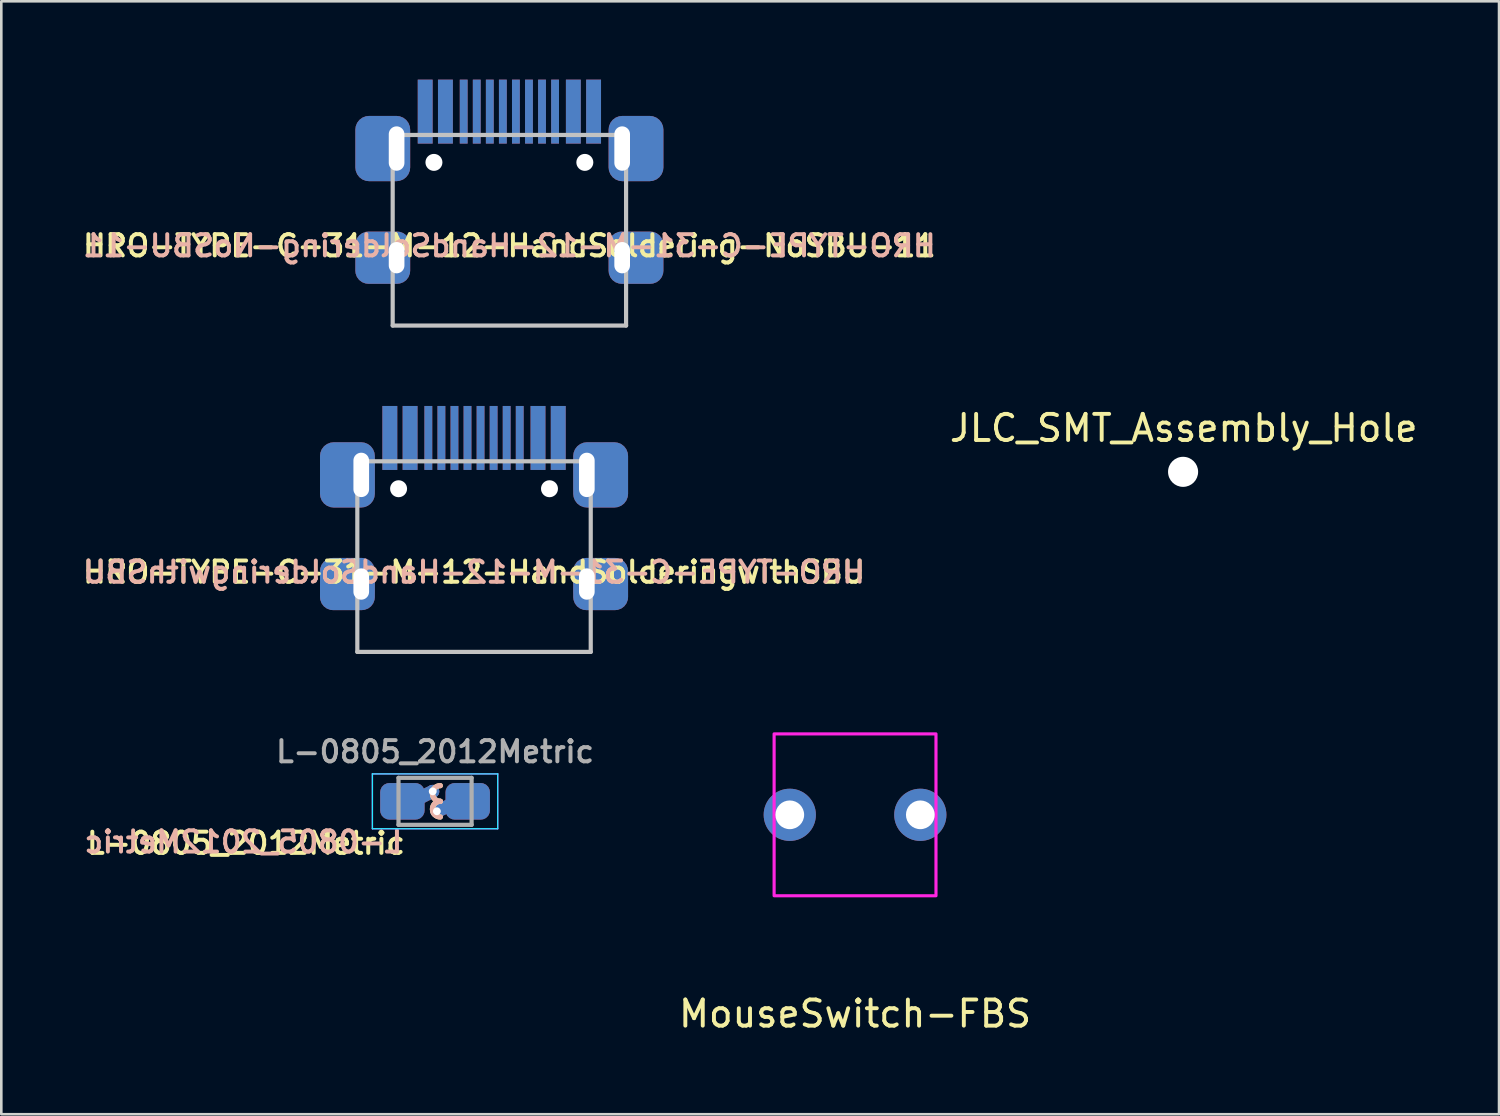
<source format=kicad_pcb>
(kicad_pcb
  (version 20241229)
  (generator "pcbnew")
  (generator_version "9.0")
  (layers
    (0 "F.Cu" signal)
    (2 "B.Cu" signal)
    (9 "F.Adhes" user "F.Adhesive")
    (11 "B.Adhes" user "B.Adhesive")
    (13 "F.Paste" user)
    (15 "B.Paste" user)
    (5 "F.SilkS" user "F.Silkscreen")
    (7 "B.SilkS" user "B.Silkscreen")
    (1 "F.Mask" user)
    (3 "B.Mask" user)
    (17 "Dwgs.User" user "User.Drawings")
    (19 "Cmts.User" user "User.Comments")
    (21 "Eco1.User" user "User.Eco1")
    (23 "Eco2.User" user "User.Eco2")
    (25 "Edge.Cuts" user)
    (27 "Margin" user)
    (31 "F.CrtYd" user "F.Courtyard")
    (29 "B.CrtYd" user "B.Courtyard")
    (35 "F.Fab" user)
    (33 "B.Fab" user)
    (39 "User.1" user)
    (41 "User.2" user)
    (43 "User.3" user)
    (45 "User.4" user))
  (footprint "HRO-TYPE-C-31-M-12-HandSoldering-NoSBU-11"
    (layer "F.Cu")
    (at 16.461 5.42)
    (property "Reference" "HRO-TYPE-C-31-M-12-HandSoldering-NoSBU-11" (at 0 0.944 180) (layer "F.SilkS") (effects (font (size 0.813 0.813) (thickness 0.152))))
    (attr smd)
    (fp_line (start -4.47 -3.3) (end 4.47 -3.3) (stroke (width 0.16) (type solid)) (layer "Dwgs.User"))
    (fp_line (start -4.47 4) (end -4.47 -3.3) (stroke (width 0.16) (type solid)) (layer "Dwgs.User"))
    (fp_line (start -4.47 4) (end 4.47 4) (stroke (width 0.16) (type solid)) (layer "Dwgs.User"))
    (fp_line (start 4.47 4) (end 4.47 -3.3) (stroke (width 0.16) (type solid)) (layer "Dwgs.User"))
    (fp_text user "${REFERENCE}" (at 0 0.944 180) (layer "B.SilkS") (effects (font (size 0.813 0.813) (thickness 0.152)) (justify mirror)))
    (pad "" np_thru_hole circle (at -2.89 -2.25) (size 0.65 0.65) (drill 0.65) (layers "*.Cu" "*.Mask"))
    (pad "" np_thru_hole circle (at 2.89 -2.25) (size 0.65 0.65) (drill 0.65) (layers "*.Cu" "*.Mask"))
    (pad "A1" smd rect (at -3.225 -4.195) (size 0.57 2.45) (layers "F.Cu" "F.Mask" "F.Paste"))
    (pad "A1" smd rect (at 3.225 -4.195) (size 0.57 2.45) (layers "B.Cu" "B.Mask" "B.Paste"))
    (pad "A4" smd rect (at -2.45 -4.195) (size 0.57 2.45) (layers "F.Cu" "F.Mask" "F.Paste"))
    (pad "A4" smd rect (at 2.45 -4.195) (size 0.57 2.45) (layers "B.Cu" "B.Mask" "B.Paste"))
    (pad "A5" smd rect (at -1.25 -4.195) (size 0.3 2.45) (layers "F.Cu" "F.Mask" "F.Paste"))
    (pad "A5" smd rect (at 1.25 -4.195) (size 0.3 2.45) (layers "B.Cu" "B.Mask" "B.Paste"))
    (pad "A6" smd rect (at -0.25 -4.195) (size 0.3 2.45) (layers "F.Cu" "F.Mask" "F.Paste"))
    (pad "A6" smd rect (at 0.25 -4.195) (size 0.3 2.45) (layers "B.Cu" "B.Mask" "B.Paste"))
    (pad "A7" smd rect (at -0.25 -4.195) (size 0.3 2.45) (layers "B.Cu" "B.Mask" "B.Paste"))
    (pad "A7" smd rect (at 0.25 -4.195) (size 0.3 2.45) (layers "F.Cu" "F.Mask" "F.Paste"))
    (pad "B1" smd rect (at -3.225 -4.195) (size 0.57 2.45) (layers "B.Cu" "B.Mask" "B.Paste"))
    (pad "B1" smd rect (at 3.225 -4.195) (size 0.57 2.45) (layers "F.Cu" "F.Mask" "F.Paste"))
    (pad "B4" smd rect (at -2.45 -4.195) (size 0.57 2.45) (layers "B.Cu" "B.Mask" "B.Paste"))
    (pad "B4" smd rect (at 2.45 -4.195) (size 0.57 2.45) (layers "F.Cu" "F.Mask" "F.Paste"))
    (pad "B5" smd rect (at -1.75 -4.195) (size 0.3 2.45) (layers "B.Cu" "B.Mask" "B.Paste"))
    (pad "B5" smd rect (at 1.75 -4.195) (size 0.3 2.45) (layers "F.Cu" "F.Mask" "F.Paste"))
    (pad "B6" smd rect (at -0.75 -4.195) (size 0.3 2.45) (layers "B.Cu" "B.Mask" "B.Paste"))
    (pad "B6" smd rect (at 0.75 -4.195) (size 0.3 2.45) (layers "F.Cu" "F.Mask" "F.Paste"))
    (pad "B7" smd rect (at -0.75 -4.195) (size 0.3 2.45) (layers "F.Cu" "F.Mask" "F.Paste"))
    (pad "B7" smd rect (at 0.75 -4.195) (size 0.3 2.45) (layers "B.Cu" "B.Mask" "B.Paste"))
    (pad "S" smd roundrect (at -4.85 -2.78) (size 2.1 2.5) (layers "F.Cu" "F.Mask") (roundrect_rratio 0.25))
    (pad "S" smd roundrect (at -4.85 -2.78) (size 2.1 2.5) (layers "B.Cu" "B.Mask") (roundrect_rratio 0.25))
    (pad "S" smd roundrect (at -4.85 1.4) (size 2.1 2) (layers "F.Cu" "F.Mask") (roundrect_rratio 0.25))
    (pad "S" smd roundrect (at -4.85 1.4) (size 2.1 2) (layers "B.Cu" "B.Mask") (roundrect_rratio 0.25))
    (pad "S" thru_hole oval (at -4.32 -2.78) (size 1 2.1) (drill oval 0.6 1.7) (layers "*.Cu" "*.Mask"))
    (pad "S" thru_hole oval (at -4.32 1.4) (size 1 1.6) (drill oval 0.6 1.2) (layers "*.Cu" "*.Mask"))
    (pad "S" thru_hole oval (at 4.32 -2.78) (size 1 2.1) (drill oval 0.6 1.7) (layers "*.Cu" "*.Mask"))
    (pad "S" thru_hole oval (at 4.32 1.4) (size 1 1.6) (drill oval 0.6 1.2) (layers "*.Cu" "*.Mask"))
    (pad "S" smd roundrect (at 4.85 -2.78) (size 2.1 2.5) (layers "F.Cu" "F.Mask") (roundrect_rratio 0.25))
    (pad "S" smd roundrect (at 4.85 -2.78) (size 2.1 2.5) (layers "B.Cu" "B.Mask") (roundrect_rratio 0.25))
    (pad "S" smd roundrect (at 4.85 1.4) (size 2.1 2) (layers "F.Cu" "F.Mask") (roundrect_rratio 0.25))
    (pad "S" smd roundrect (at 4.85 1.4) (size 2.1 2) (layers "B.Cu" "B.Mask") (roundrect_rratio 0.25))
    (pad "~" smd rect (at -1.75 -4.195) (size 0.3 2.45) (layers "F.Cu" "F.Mask" "F.Paste"))
    (pad "~" smd rect (at -1.25 -4.195) (size 0.3 2.45) (layers "B.Cu" "B.Mask" "B.Paste"))
    (pad "~" smd rect (at 1.25 -4.195) (size 0.3 2.45) (layers "F.Cu" "F.Mask" "F.Paste"))
    (pad "~" smd rect (at 1.75 -4.195) (size 0.3 2.45) (layers "B.Cu" "B.Mask" "B.Paste")))
  (footprint "HRO-TYPE-C-31-M-12-HandSolderingwithSBU"
    (layer "F.Cu")
    (at 15.107 17.92)
    (property "Reference" "HRO-TYPE-C-31-M-12-HandSolderingwithSBU" (at 0 0.944 180) (layer "F.SilkS") (effects (font (size 0.813 0.813) (thickness 0.152))))
    (attr smd)
    (fp_line (start -4.47 -3.3) (end 4.47 -3.3) (stroke (width 0.16) (type solid)) (layer "Dwgs.User"))
    (fp_line (start -4.47 4) (end -4.47 -3.3) (stroke (width 0.16) (type solid)) (layer "Dwgs.User"))
    (fp_line (start -4.47 4) (end 4.47 4) (stroke (width 0.16) (type solid)) (layer "Dwgs.User"))
    (fp_line (start 4.47 4) (end 4.47 -3.3) (stroke (width 0.16) (type solid)) (layer "Dwgs.User"))
    (fp_text user "${REFERENCE}" (at 0 0.944 180) (layer "B.SilkS") (effects (font (size 0.813 0.813) (thickness 0.152)) (justify mirror)))
    (pad "" np_thru_hole circle (at -2.89 -2.25) (size 0.65 0.65) (drill 0.65) (layers "*.Cu" "*.Mask"))
    (pad "" np_thru_hole circle (at 2.89 -2.25) (size 0.65 0.65) (drill 0.65) (layers "*.Cu" "*.Mask"))
    (pad "A1" smd rect (at -3.225 -4.195) (size 0.57 2.45) (layers "F.Cu" "F.Mask" "F.Paste"))
    (pad "A1" smd rect (at 3.225 -4.195) (size 0.57 2.45) (layers "B.Cu" "B.Mask" "B.Paste"))
    (pad "A4" smd rect (at -2.45 -4.195) (size 0.57 2.45) (layers "F.Cu" "F.Mask" "F.Paste"))
    (pad "A4" smd rect (at 2.45 -4.195) (size 0.57 2.45) (layers "B.Cu" "B.Mask" "B.Paste"))
    (pad "A5" smd rect (at -1.25 -4.195) (size 0.3 2.45) (layers "F.Cu" "F.Mask" "F.Paste"))
    (pad "A5" smd rect (at 1.25 -4.195) (size 0.3 2.45) (layers "B.Cu" "B.Mask" "B.Paste"))
    (pad "A6" smd rect (at -0.25 -4.195) (size 0.3 2.45) (layers "F.Cu" "F.Mask" "F.Paste"))
    (pad "A6" smd rect (at 0.25 -4.195) (size 0.3 2.45) (layers "B.Cu" "B.Mask" "B.Paste"))
    (pad "A7" smd rect (at -0.25 -4.195) (size 0.3 2.45) (layers "B.Cu" "B.Mask" "B.Paste"))
    (pad "A7" smd rect (at 0.25 -4.195) (size 0.3 2.45) (layers "F.Cu" "F.Mask" "F.Paste"))
    (pad "A8" smd rect (at -1.25 -4.195) (size 0.3 2.45) (layers "B.Cu" "B.Mask" "B.Paste"))
    (pad "A8" smd rect (at 1.25 -4.195) (size 0.3 2.45) (layers "F.Cu" "F.Mask" "F.Paste"))
    (pad "B1" smd rect (at -3.225 -4.195) (size 0.57 2.45) (layers "B.Cu" "B.Mask" "B.Paste"))
    (pad "B1" smd rect (at 3.225 -4.195) (size 0.57 2.45) (layers "F.Cu" "F.Mask" "F.Paste"))
    (pad "B4" smd rect (at -2.45 -4.195) (size 0.57 2.45) (layers "B.Cu" "B.Mask" "B.Paste"))
    (pad "B4" smd rect (at 2.45 -4.195) (size 0.57 2.45) (layers "F.Cu" "F.Mask" "F.Paste"))
    (pad "B5" smd rect (at -1.75 -4.195) (size 0.3 2.45) (layers "B.Cu" "B.Mask" "B.Paste"))
    (pad "B5" smd rect (at 1.75 -4.195) (size 0.3 2.45) (layers "F.Cu" "F.Mask" "F.Paste"))
    (pad "B6" smd rect (at -0.75 -4.195) (size 0.3 2.45) (layers "B.Cu" "B.Mask" "B.Paste"))
    (pad "B6" smd rect (at 0.75 -4.195) (size 0.3 2.45) (layers "F.Cu" "F.Mask" "F.Paste"))
    (pad "B7" smd rect (at -0.75 -4.195) (size 0.3 2.45) (layers "F.Cu" "F.Mask" "F.Paste"))
    (pad "B7" smd rect (at 0.75 -4.195) (size 0.3 2.45) (layers "B.Cu" "B.Mask" "B.Paste"))
    (pad "B8" smd rect (at -1.75 -4.195) (size 0.3 2.45) (layers "F.Cu" "F.Mask" "F.Paste"))
    (pad "B8" smd rect (at 1.75 -4.195) (size 0.3 2.45) (layers "B.Cu" "B.Mask" "B.Paste"))
    (pad "S1" smd roundrect (at -4.85 -2.78) (size 2.1 2.5) (layers "F.Cu" "F.Mask") (roundrect_rratio 0.25))
    (pad "S1" smd roundrect (at -4.85 -2.78) (size 2.1 2.5) (layers "B.Cu" "B.Mask") (roundrect_rratio 0.25))
    (pad "S1" smd roundrect (at -4.85 1.4) (size 2.1 2) (layers "F.Cu" "F.Mask") (roundrect_rratio 0.25))
    (pad "S1" smd roundrect (at -4.85 1.4) (size 2.1 2) (layers "B.Cu" "B.Mask") (roundrect_rratio 0.25))
    (pad "S1" thru_hole oval (at -4.32 -2.78) (size 1 2.1) (drill oval 0.6 1.7) (layers "*.Cu" "*.Mask"))
    (pad "S1" thru_hole oval (at -4.32 1.4) (size 1 1.6) (drill oval 0.6 1.2) (layers "*.Cu" "*.Mask"))
    (pad "S1" thru_hole oval (at 4.32 -2.78) (size 1 2.1) (drill oval 0.6 1.7) (layers "*.Cu" "*.Mask"))
    (pad "S1" thru_hole oval (at 4.32 1.4) (size 1 1.6) (drill oval 0.6 1.2) (layers "*.Cu" "*.Mask"))
    (pad "S1" smd roundrect (at 4.85 -2.78) (size 2.1 2.5) (layers "F.Cu" "F.Mask") (roundrect_rratio 0.25))
    (pad "S1" smd roundrect (at 4.85 -2.78) (size 2.1 2.5) (layers "B.Cu" "B.Mask") (roundrect_rratio 0.25))
    (pad "S1" smd roundrect (at 4.85 1.4) (size 2.1 2) (layers "F.Cu" "F.Mask") (roundrect_rratio 0.25))
    (pad "S1" smd roundrect (at 4.85 1.4) (size 2.1 2) (layers "B.Cu" "B.Mask") (roundrect_rratio 0.25)))
  (footprint "JLC_SMT_Assembly_Hole"
    (layer "F.Cu")
    (at 42.291 12.848)
    (property "Reference" "JLC_SMT_Assembly_Hole" (at 0 0.5 0) (layer "F.SilkS") (effects (font (size 1 1) (thickness 0.15))))
    (attr through_hole)
    (pad "" np_thru_hole circle (at -0.025 2.175) (size 1.152 1.152) (drill 1.152) (layers "*.Cu" "*.Mask")))
  (footprint "L-0805_2012Metric"
    (layer "F.Cu")
    (at 13.614 27.643)
    (property "Reference" "L-0805_2012Metric" (at -1.065 1.607 180) (layer "F.SilkS") (effects (font (size 0.813 0.813) (thickness 0.152)) (justify right)))
    (attr smd)
    (fp_arc (start 0.2 0) (mid -0.1 -0.3) (end 0.2 -0.6) (stroke (width 0.2) (type solid)) (layer "F.SilkS"))
    (fp_arc (start 0.2 0.6) (mid -0.1 0.3) (end 0.2 0) (stroke (width 0.2) (type solid)) (layer "F.SilkS"))
    (fp_arc (start 0.2 0) (mid -0.1 -0.3) (end 0.2 -0.6) (stroke (width 0.2) (type solid)) (layer "B.SilkS"))
    (fp_arc (start 0.2 0.6) (mid -0.1 0.3) (end 0.2 0) (stroke (width 0.2) (type solid)) (layer "B.SilkS"))
    (fp_line (start -2.4 -1.05) (end -2.4 1.05) (stroke (width 0.05) (type solid)) (layer "B.CrtYd"))
    (fp_line (start -2.4 -1.05) (end 2.4 -1.05) (stroke (width 0.05) (type solid)) (layer "B.CrtYd"))
    (fp_line (start 2.4 -1.05) (end 2.4 1.05) (stroke (width 0.05) (type solid)) (layer "B.CrtYd"))
    (fp_line (start 2.4 1.05) (end -2.4 1.05) (stroke (width 0.05) (type solid)) (layer "B.CrtYd"))
    (fp_line (start -2.4 -1.05) (end -2.4 1.05) (stroke (width 0.05) (type solid)) (layer "F.CrtYd"))
    (fp_line (start -2.4 -1.05) (end 2.4 -1.05) (stroke (width 0.05) (type solid)) (layer "F.CrtYd"))
    (fp_line (start 2.4 -1.05) (end 2.4 1.05) (stroke (width 0.05) (type solid)) (layer "F.CrtYd"))
    (fp_line (start 2.4 1.05) (end -2.4 1.05) (stroke (width 0.05) (type solid)) (layer "F.CrtYd"))
    (fp_line (start -1.4 -0.9) (end 1.4 -0.9) (stroke (width 0.16) (type solid)) (layer "F.Fab"))
    (fp_line (start -1.4 0.9) (end -1.4 -0.9) (stroke (width 0.16) (type solid)) (layer "F.Fab"))
    (fp_line (start 1.4 -0.9) (end 1.4 0.9) (stroke (width 0.16) (type solid)) (layer "F.Fab"))
    (fp_line (start 1.4 0.9) (end -1.4 0.9) (stroke (width 0.16) (type solid)) (layer "F.Fab"))
    (fp_text user "${REFERENCE}" (at -1.166 1.556 180) (layer "B.SilkS") (effects (font (size 0.813 0.813) (thickness 0.152)) (justify left mirror)))
    (fp_text user "${REFERENCE}" (at 0 -1.9 180) (layer "F.Fab") (effects (font (size 0.813 0.813) (thickness 0.152))))
    (pad "1" smd roundrect (at -1.251 0) (size 1.701 1.4) (layers "F.Cu" "F.Mask" "F.Paste") (roundrect_rratio 0.25))
    (pad "1" smd roundrect (at -1.251 0) (size 1.701 1.4) (layers "B.Cu" "B.Mask" "B.Paste") (roundrect_rratio 0.25))
    (pad "1" smd custom (at -0.851 0) (size 0.01 0.01) (layers "F.Cu") (options (anchor circle)) (primitives (gr_line (start 0.762 -0.381) (end 0 0) (width 0.5))))
    (pad "1" smd custom (at -0.851 0) (size 0.01 0.01) (layers "B.Cu") (options (anchor circle)) (primitives (gr_line (start 0.762 -0.381) (end 0 0) (width 0.5))))
    (pad "1" thru_hole circle (at -0.089 -0.381) (size 0.5 0.5) (drill 0.3) (layers "*.Cu"))
    (pad "2" thru_hole circle (at 0.07 0.381) (size 0.5 0.5) (drill 0.3) (layers "*.Cu"))
    (pad "2" smd custom (at 0.851 0) (size 0.01 0.01) (layers "F.Cu") (options (anchor circle)) (primitives (gr_line (start -0.761 0.381) (end 0.001 0) (width 0.5))))
    (pad "2" smd custom (at 0.851 0) (size 0.01 0.01) (layers "B.Cu") (options (anchor circle)) (primitives (gr_line (start -0.761 0.381) (end 0.001 0) (width 0.5))))
    (pad "2" smd roundrect (at 1.251 0) (size 1.701 1.4) (layers "F.Cu" "F.Mask" "F.Paste") (roundrect_rratio 0.25))
    (pad "2" smd roundrect (at 1.251 0) (size 1.701 1.4) (layers "B.Cu" "B.Mask" "B.Paste") (roundrect_rratio 0.25)))
  (footprint "MouseSwitch-FBS"
    (layer "F.Cu")
    (at 29.701 28.16)
    (property "Reference" "MouseSwitch-FBS" (at 0 7.62 0) (layer "F.SilkS") (effects (font (size 1 1) (thickness 0.15))))
    (attr through_hole)
    (fp_rect (start -3.1 -3.1) (end 3.1 3.1) (stroke (width 0.12) (type solid)) (fill no) (layer "F.CrtYd"))
    (pad "1" thru_hole circle (at -2.5 0) (size 2 2) (drill 1.1) (layers "*.Cu" "*.Mask"))
    (pad "2" thru_hole circle (at 2.5 0) (size 2 2) (drill 1.1) (layers "*.Cu" "*.Mask")))
  (gr_rect
    (start -3 -3)
    (end 54.368 39.628)
    (stroke (width 0.1) (type default))
    (fill no)
    (layer "Edge.Cuts")))
</source>
